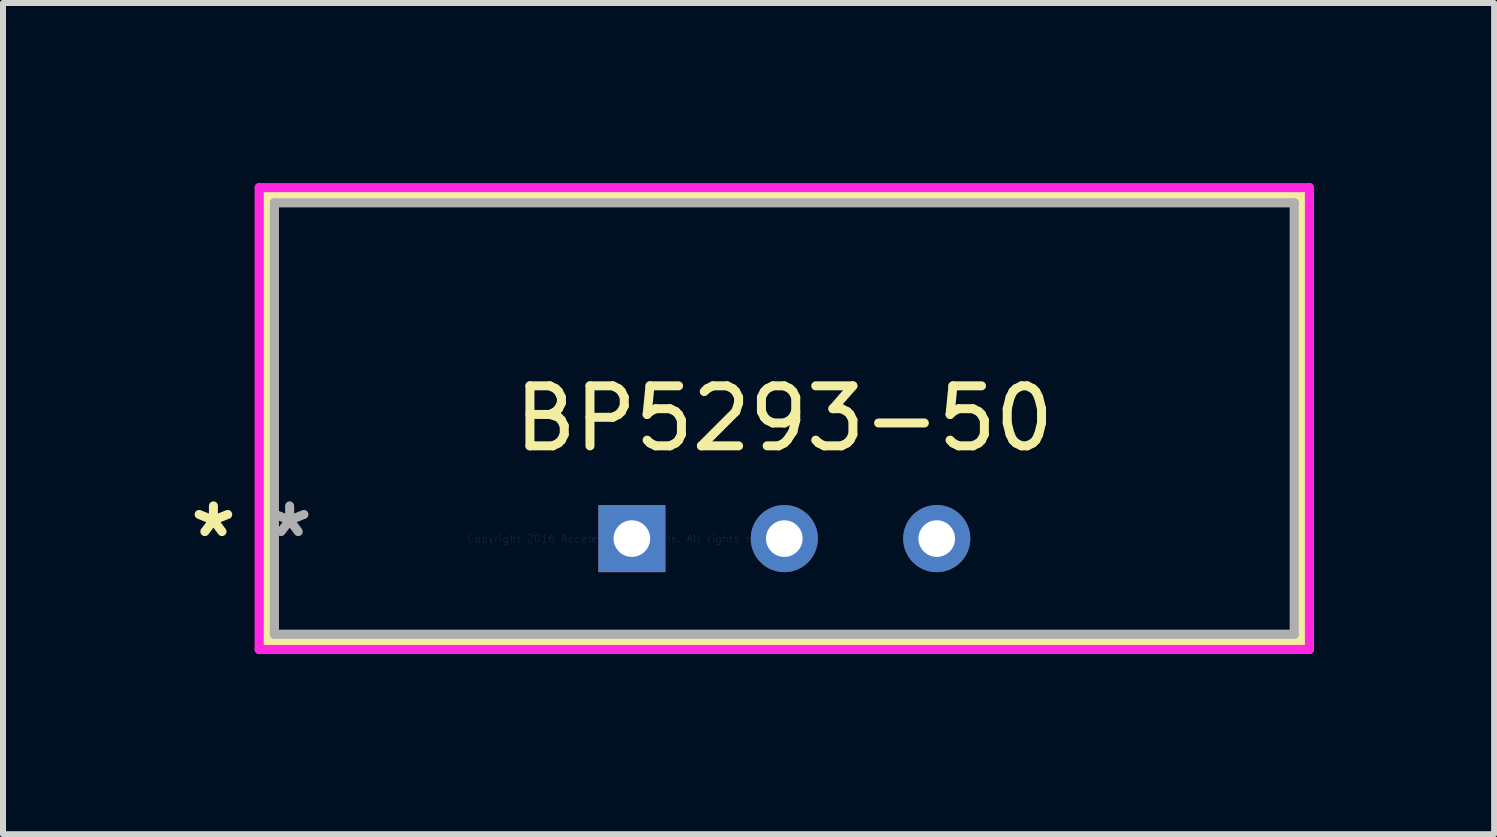
<source format=kicad_pcb>
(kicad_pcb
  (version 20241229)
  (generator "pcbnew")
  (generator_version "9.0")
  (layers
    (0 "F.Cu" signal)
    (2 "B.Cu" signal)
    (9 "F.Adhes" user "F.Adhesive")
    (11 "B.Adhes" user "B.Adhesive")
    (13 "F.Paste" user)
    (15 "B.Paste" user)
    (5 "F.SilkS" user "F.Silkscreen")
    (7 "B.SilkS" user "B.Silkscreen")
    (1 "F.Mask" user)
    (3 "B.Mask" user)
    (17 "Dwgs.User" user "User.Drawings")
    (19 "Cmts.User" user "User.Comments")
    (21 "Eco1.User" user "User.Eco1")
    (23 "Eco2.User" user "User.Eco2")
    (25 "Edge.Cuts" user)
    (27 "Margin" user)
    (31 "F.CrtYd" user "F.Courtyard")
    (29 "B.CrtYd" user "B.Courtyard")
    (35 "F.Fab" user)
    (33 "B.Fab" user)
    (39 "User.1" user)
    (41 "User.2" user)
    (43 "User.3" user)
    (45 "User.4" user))
  (footprint "BP5293-50"
    (layer "F.Cu")
    (at 7.478 5.924)
    (property "Reference" "BP5293-50" (at 2.54 -2 0) (layer "F.SilkS") (effects (font (size 1 1) (thickness 0.15))))
    (attr through_hole)
    (fp_line (start -6.083 -5.721) (end -6.083 1.721) (stroke (width 0.152) (type solid)) (layer "F.SilkS"))
    (fp_line (start -6.083 1.721) (end 11.163 1.721) (stroke (width 0.152) (type solid)) (layer "F.SilkS"))
    (fp_line (start 11.163 -5.721) (end -6.083 -5.721) (stroke (width 0.152) (type solid)) (layer "F.SilkS"))
    (fp_line (start 11.163 1.721) (end 11.163 -5.721) (stroke (width 0.152) (type solid)) (layer "F.SilkS"))
    (fp_line (start -6.21 -5.848) (end 11.29 -5.848) (stroke (width 0.152) (type solid)) (layer "F.CrtYd"))
    (fp_line (start -6.21 1.848) (end -6.21 -5.848) (stroke (width 0.152) (type solid)) (layer "F.CrtYd"))
    (fp_line (start 11.29 -5.848) (end 11.29 1.848) (stroke (width 0.152) (type solid)) (layer "F.CrtYd"))
    (fp_line (start 11.29 1.848) (end -6.21 1.848) (stroke (width 0.152) (type solid)) (layer "F.CrtYd"))
    (fp_line (start -5.956 -5.594) (end -5.956 1.594) (stroke (width 0.152) (type solid)) (layer "F.Fab"))
    (fp_line (start -5.956 1.594) (end 11.036 1.594) (stroke (width 0.152) (type solid)) (layer "F.Fab"))
    (fp_line (start 11.036 -5.594) (end -5.956 -5.594) (stroke (width 0.152) (type solid)) (layer "F.Fab"))
    (fp_line (start 11.036 1.594) (end 11.036 -5.594) (stroke (width 0.152) (type solid)) (layer "F.Fab"))
    (fp_text user "*" (at -6.972 0 0) (layer "F.SilkS") (effects (font (size 1 1) (thickness 0.15))))
    (fp_text user "Copyright 2016 Accelerated Designs. All rights reserved." (at 0 0 0) (layer "Cmts.User") (effects (font (size 0.127 0.127) (thickness 0.002))))
    (fp_text user "*" (at -5.702 0 0) (layer "F.Fab") (effects (font (size 1 1) (thickness 0.15))))
    (pad "1" thru_hole rect (at 0 0) (size 1.118 1.118) (drill 0.61) (layers "*.Cu" "*.Mask"))
    (pad "2" thru_hole circle (at 2.54 0) (size 1.118 1.118) (drill 0.61) (layers "*.Cu" "*.Mask"))
    (pad "3" thru_hole circle (at 5.08 0) (size 1.118 1.118) (drill 0.61) (layers "*.Cu" "*.Mask")))
  (gr_rect
    (start -3 -3)
    (end 21.845 10.849)
    (stroke (width 0.1) (type default))
    (fill no)
    (layer "Edge.Cuts")))
</source>
